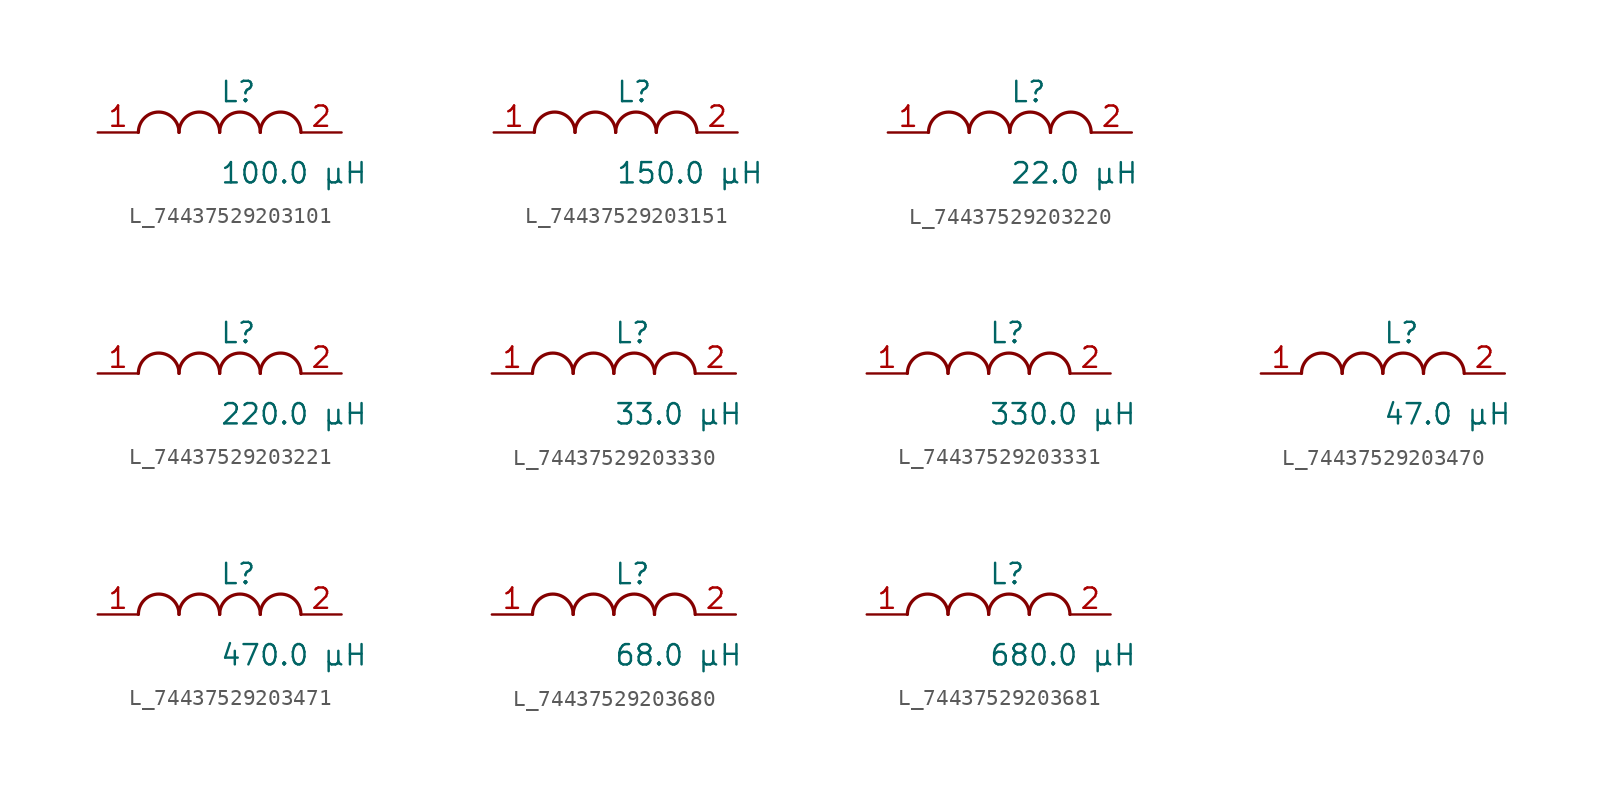
<source format=kicad_sym>
(kicad_symbol_lib
  (version 20231120)
  (generator kicad_symbol_editor)
  (generator_version 8.0)
  (symbol "L_74437529203101"
    (pin_names
      (offset 0.254))
    (property "Reference" "L"
      (at 0 2.54 0)
      (effects (font (size 1.27 1.27)) (justify left)))
    (property "Value" "100.0 µH"
      (at 0 -2.54 0)
      (effects (font (size 1.27 1.27)) (justify left)))
    (symbol "L_74437529203101_1_1"
      (arc (start -2.54 0.0056) (mid -3.81 1.27) (end -5.08 0.0056) (stroke (width 0.2032) (type default)) (fill (type none)))
      (arc (start 0 0.0056) (mid -1.27 1.27) (end -2.54 0.0056) (stroke (width 0.2032) (type default)) (fill (type none)))
      (arc (start 2.54 0.0056) (mid 1.27 1.27) (end 0 0.0056) (stroke (width 0.2032) (type default)) (fill (type none)))
      (arc (start 5.08 0.0056) (mid 3.81 1.27) (end 2.54 0.0056) (stroke (width 0.2032) (type default)) (fill (type none)))
      (pin unspecified line (at -7.62 0 0) (length 2.54) (name "" (effects (font (size 1.27 1.27)))) (number "1" (effects (font (size 1.27 1.27)))))
      (pin unspecified line (at 7.62 0 180) (length 2.54) (name "" (effects (font (size 1.27 1.27)))) (number "2" (effects (font (size 1.27 1.27)))))))
  (symbol "L_74437529203151"
    (pin_names
      (offset 0.254))
    (property "Reference" "L"
      (at 0 2.54 0)
      (effects (font (size 1.27 1.27)) (justify left)))
    (property "Value" "150.0 µH"
      (at 0 -2.54 0)
      (effects (font (size 1.27 1.27)) (justify left)))
    (symbol "L_74437529203151_1_1"
      (arc (start -2.54 0.0056) (mid -3.81 1.27) (end -5.08 0.0056) (stroke (width 0.2032) (type default)) (fill (type none)))
      (arc (start 0 0.0056) (mid -1.27 1.27) (end -2.54 0.0056) (stroke (width 0.2032) (type default)) (fill (type none)))
      (arc (start 2.54 0.0056) (mid 1.27 1.27) (end 0 0.0056) (stroke (width 0.2032) (type default)) (fill (type none)))
      (arc (start 5.08 0.0056) (mid 3.81 1.27) (end 2.54 0.0056) (stroke (width 0.2032) (type default)) (fill (type none)))
      (pin unspecified line (at -7.62 0 0) (length 2.54) (name "" (effects (font (size 1.27 1.27)))) (number "1" (effects (font (size 1.27 1.27)))))
      (pin unspecified line (at 7.62 0 180) (length 2.54) (name "" (effects (font (size 1.27 1.27)))) (number "2" (effects (font (size 1.27 1.27)))))))
  (symbol "L_74437529203220"
    (pin_names
      (offset 0.254))
    (property "Reference" "L"
      (at 0 2.54 0)
      (effects (font (size 1.27 1.27)) (justify left)))
    (property "Value" "22.0 µH"
      (at 0 -2.54 0)
      (effects (font (size 1.27 1.27)) (justify left)))
    (symbol "L_74437529203220_1_1"
      (arc (start -2.54 0.0056) (mid -3.81 1.27) (end -5.08 0.0056) (stroke (width 0.2032) (type default)) (fill (type none)))
      (arc (start 0 0.0056) (mid -1.27 1.27) (end -2.54 0.0056) (stroke (width 0.2032) (type default)) (fill (type none)))
      (arc (start 2.54 0.0056) (mid 1.27 1.27) (end 0 0.0056) (stroke (width 0.2032) (type default)) (fill (type none)))
      (arc (start 5.08 0.0056) (mid 3.81 1.27) (end 2.54 0.0056) (stroke (width 0.2032) (type default)) (fill (type none)))
      (pin unspecified line (at -7.62 0 0) (length 2.54) (name "" (effects (font (size 1.27 1.27)))) (number "1" (effects (font (size 1.27 1.27)))))
      (pin unspecified line (at 7.62 0 180) (length 2.54) (name "" (effects (font (size 1.27 1.27)))) (number "2" (effects (font (size 1.27 1.27)))))))
  (symbol "L_74437529203221"
    (pin_names
      (offset 0.254))
    (property "Reference" "L"
      (at 0 2.54 0)
      (effects (font (size 1.27 1.27)) (justify left)))
    (property "Value" "220.0 µH"
      (at 0 -2.54 0)
      (effects (font (size 1.27 1.27)) (justify left)))
    (symbol "L_74437529203221_1_1"
      (arc (start -2.54 0.0056) (mid -3.81 1.27) (end -5.08 0.0056) (stroke (width 0.2032) (type default)) (fill (type none)))
      (arc (start 0 0.0056) (mid -1.27 1.27) (end -2.54 0.0056) (stroke (width 0.2032) (type default)) (fill (type none)))
      (arc (start 2.54 0.0056) (mid 1.27 1.27) (end 0 0.0056) (stroke (width 0.2032) (type default)) (fill (type none)))
      (arc (start 5.08 0.0056) (mid 3.81 1.27) (end 2.54 0.0056) (stroke (width 0.2032) (type default)) (fill (type none)))
      (pin unspecified line (at -7.62 0 0) (length 2.54) (name "" (effects (font (size 1.27 1.27)))) (number "1" (effects (font (size 1.27 1.27)))))
      (pin unspecified line (at 7.62 0 180) (length 2.54) (name "" (effects (font (size 1.27 1.27)))) (number "2" (effects (font (size 1.27 1.27)))))))
  (symbol "L_74437529203330"
    (pin_names
      (offset 0.254))
    (property "Reference" "L"
      (at 0 2.54 0)
      (effects (font (size 1.27 1.27)) (justify left)))
    (property "Value" "33.0 µH"
      (at 0 -2.54 0)
      (effects (font (size 1.27 1.27)) (justify left)))
    (symbol "L_74437529203330_1_1"
      (arc (start -2.54 0.0056) (mid -3.81 1.27) (end -5.08 0.0056) (stroke (width 0.2032) (type default)) (fill (type none)))
      (arc (start 0 0.0056) (mid -1.27 1.27) (end -2.54 0.0056) (stroke (width 0.2032) (type default)) (fill (type none)))
      (arc (start 2.54 0.0056) (mid 1.27 1.27) (end 0 0.0056) (stroke (width 0.2032) (type default)) (fill (type none)))
      (arc (start 5.08 0.0056) (mid 3.81 1.27) (end 2.54 0.0056) (stroke (width 0.2032) (type default)) (fill (type none)))
      (pin unspecified line (at -7.62 0 0) (length 2.54) (name "" (effects (font (size 1.27 1.27)))) (number "1" (effects (font (size 1.27 1.27)))))
      (pin unspecified line (at 7.62 0 180) (length 2.54) (name "" (effects (font (size 1.27 1.27)))) (number "2" (effects (font (size 1.27 1.27)))))))
  (symbol "L_74437529203331"
    (pin_names
      (offset 0.254))
    (property "Reference" "L"
      (at 0 2.54 0)
      (effects (font (size 1.27 1.27)) (justify left)))
    (property "Value" "330.0 µH"
      (at 0 -2.54 0)
      (effects (font (size 1.27 1.27)) (justify left)))
    (symbol "L_74437529203331_1_1"
      (arc (start -2.54 0.0056) (mid -3.81 1.27) (end -5.08 0.0056) (stroke (width 0.2032) (type default)) (fill (type none)))
      (arc (start 0 0.0056) (mid -1.27 1.27) (end -2.54 0.0056) (stroke (width 0.2032) (type default)) (fill (type none)))
      (arc (start 2.54 0.0056) (mid 1.27 1.27) (end 0 0.0056) (stroke (width 0.2032) (type default)) (fill (type none)))
      (arc (start 5.08 0.0056) (mid 3.81 1.27) (end 2.54 0.0056) (stroke (width 0.2032) (type default)) (fill (type none)))
      (pin unspecified line (at -7.62 0 0) (length 2.54) (name "" (effects (font (size 1.27 1.27)))) (number "1" (effects (font (size 1.27 1.27)))))
      (pin unspecified line (at 7.62 0 180) (length 2.54) (name "" (effects (font (size 1.27 1.27)))) (number "2" (effects (font (size 1.27 1.27)))))))
  (symbol "L_74437529203470"
    (pin_names
      (offset 0.254))
    (property "Reference" "L"
      (at 0 2.54 0)
      (effects (font (size 1.27 1.27)) (justify left)))
    (property "Value" "47.0 µH"
      (at 0 -2.54 0)
      (effects (font (size 1.27 1.27)) (justify left)))
    (symbol "L_74437529203470_1_1"
      (arc (start -2.54 0.0056) (mid -3.81 1.27) (end -5.08 0.0056) (stroke (width 0.2032) (type default)) (fill (type none)))
      (arc (start 0 0.0056) (mid -1.27 1.27) (end -2.54 0.0056) (stroke (width 0.2032) (type default)) (fill (type none)))
      (arc (start 2.54 0.0056) (mid 1.27 1.27) (end 0 0.0056) (stroke (width 0.2032) (type default)) (fill (type none)))
      (arc (start 5.08 0.0056) (mid 3.81 1.27) (end 2.54 0.0056) (stroke (width 0.2032) (type default)) (fill (type none)))
      (pin unspecified line (at -7.62 0 0) (length 2.54) (name "" (effects (font (size 1.27 1.27)))) (number "1" (effects (font (size 1.27 1.27)))))
      (pin unspecified line (at 7.62 0 180) (length 2.54) (name "" (effects (font (size 1.27 1.27)))) (number "2" (effects (font (size 1.27 1.27)))))))
  (symbol "L_74437529203471"
    (pin_names
      (offset 0.254))
    (property "Reference" "L"
      (at 0 2.54 0)
      (effects (font (size 1.27 1.27)) (justify left)))
    (property "Value" "470.0 µH"
      (at 0 -2.54 0)
      (effects (font (size 1.27 1.27)) (justify left)))
    (symbol "L_74437529203471_1_1"
      (arc (start -2.54 0.0056) (mid -3.81 1.27) (end -5.08 0.0056) (stroke (width 0.2032) (type default)) (fill (type none)))
      (arc (start 0 0.0056) (mid -1.27 1.27) (end -2.54 0.0056) (stroke (width 0.2032) (type default)) (fill (type none)))
      (arc (start 2.54 0.0056) (mid 1.27 1.27) (end 0 0.0056) (stroke (width 0.2032) (type default)) (fill (type none)))
      (arc (start 5.08 0.0056) (mid 3.81 1.27) (end 2.54 0.0056) (stroke (width 0.2032) (type default)) (fill (type none)))
      (pin unspecified line (at -7.62 0 0) (length 2.54) (name "" (effects (font (size 1.27 1.27)))) (number "1" (effects (font (size 1.27 1.27)))))
      (pin unspecified line (at 7.62 0 180) (length 2.54) (name "" (effects (font (size 1.27 1.27)))) (number "2" (effects (font (size 1.27 1.27)))))))
  (symbol "L_74437529203680"
    (pin_names
      (offset 0.254))
    (property "Reference" "L"
      (at 0 2.54 0)
      (effects (font (size 1.27 1.27)) (justify left)))
    (property "Value" "68.0 µH"
      (at 0 -2.54 0)
      (effects (font (size 1.27 1.27)) (justify left)))
    (symbol "L_74437529203680_1_1"
      (arc (start -2.54 0.0056) (mid -3.81 1.27) (end -5.08 0.0056) (stroke (width 0.2032) (type default)) (fill (type none)))
      (arc (start 0 0.0056) (mid -1.27 1.27) (end -2.54 0.0056) (stroke (width 0.2032) (type default)) (fill (type none)))
      (arc (start 2.54 0.0056) (mid 1.27 1.27) (end 0 0.0056) (stroke (width 0.2032) (type default)) (fill (type none)))
      (arc (start 5.08 0.0056) (mid 3.81 1.27) (end 2.54 0.0056) (stroke (width 0.2032) (type default)) (fill (type none)))
      (pin unspecified line (at -7.62 0 0) (length 2.54) (name "" (effects (font (size 1.27 1.27)))) (number "1" (effects (font (size 1.27 1.27)))))
      (pin unspecified line (at 7.62 0 180) (length 2.54) (name "" (effects (font (size 1.27 1.27)))) (number "2" (effects (font (size 1.27 1.27)))))))
  (symbol "L_74437529203681"
    (pin_names
      (offset 0.254))
    (property "Reference" "L"
      (at 0 2.54 0)
      (effects (font (size 1.27 1.27)) (justify left)))
    (property "Value" "680.0 µH"
      (at 0 -2.54 0)
      (effects (font (size 1.27 1.27)) (justify left)))
    (symbol "L_74437529203681_1_1"
      (arc (start -2.54 0.0056) (mid -3.81 1.27) (end -5.08 0.0056) (stroke (width 0.2032) (type default)) (fill (type none)))
      (arc (start 0 0.0056) (mid -1.27 1.27) (end -2.54 0.0056) (stroke (width 0.2032) (type default)) (fill (type none)))
      (arc (start 2.54 0.0056) (mid 1.27 1.27) (end 0 0.0056) (stroke (width 0.2032) (type default)) (fill (type none)))
      (arc (start 5.08 0.0056) (mid 3.81 1.27) (end 2.54 0.0056) (stroke (width 0.2032) (type default)) (fill (type none)))
      (pin unspecified line (at -7.62 0 0) (length 2.54) (name "" (effects (font (size 1.27 1.27)))) (number "1" (effects (font (size 1.27 1.27)))))
      (pin unspecified line (at 7.62 0 180) (length 2.54) (name "" (effects (font (size 1.27 1.27)))) (number "2" (effects (font (size 1.27 1.27))))))))
</source>
